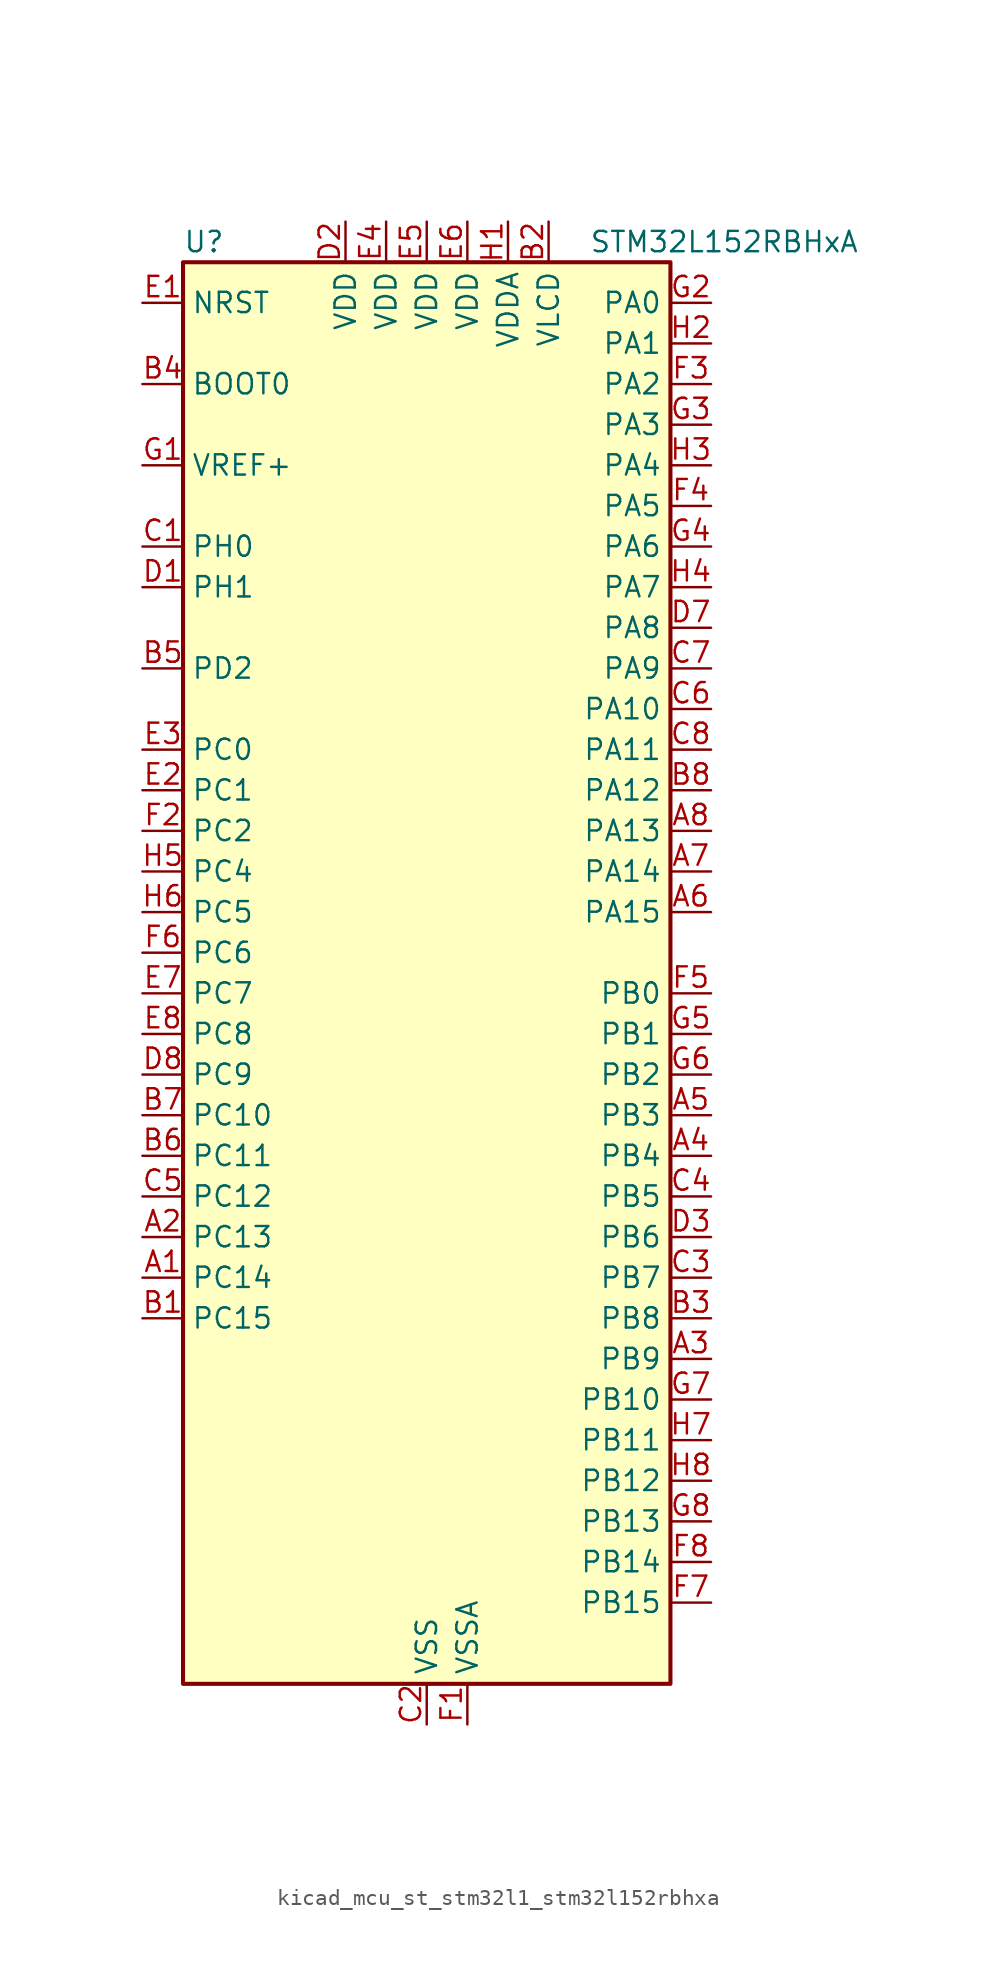
<source format=kicad_sym>
(kicad_symbol_lib
  (version 20220914)
  (generator kicad_symbol_editor)
  (symbol "kicad_mcu_st_stm32l1_stm32l152rbhxa"
    (property "Reference" "U"
      (at -15.24 46.99 0)
      (effects (font (size 1.27 1.27)) (justify left)))
    (property "Value" "STM32L152RBHxA"
      (at 10.16 46.99 0)
      (effects (font (size 1.27 1.27)) (justify left)))
    (property "ki_locked" ""
      (at 0 0 0)
      (effects (font (size 1.27 1.27))))
    (symbol "kicad_mcu_st_stm32l1_stm32l152rbhxa_0_1"
      (rectangle (start -15.24 -43.18) (end 15.24 45.72) (stroke (width 0.254) (type default)) (fill (type background))))
    (symbol "kicad_mcu_st_stm32l1_stm32l152rbhxa_1_1"
      (pin bidirectional line (at -17.78 -17.78 0) (length 2.54) (name "PC14" (effects (font (size 1.27 1.27)))) (number "A1" (effects (font (size 1.27 1.27)))) (alternate "RCC_OSC32_IN" bidirectional line) (alternate "TIMX_IC3" bidirectional line))
      (pin bidirectional line (at -17.78 -15.24 0) (length 2.54) (name "PC13" (effects (font (size 1.27 1.27)))) (number "A2" (effects (font (size 1.27 1.27)))) (alternate "RTC_OUT_ALARM" bidirectional line) (alternate "RTC_OUT_CALIB" bidirectional line) (alternate "RTC_TAMP1" bidirectional line) (alternate "RTC_TS" bidirectional line) (alternate "SYS_WKUP2" bidirectional line) (alternate "TIMX_IC2" bidirectional line))
      (pin bidirectional line (at 17.78 -22.86 180) (length 2.54) (name "PB9" (effects (font (size 1.27 1.27)))) (number "A3" (effects (font (size 1.27 1.27)))) (alternate "DAC_EXTI9" bidirectional line) (alternate "I2C1_SDA" bidirectional line) (alternate "LCD_COM3" bidirectional line) (alternate "TIM11_CH1" bidirectional line) (alternate "TIM4_CH4" bidirectional line))
      (pin bidirectional line (at 17.78 -10.16 180) (length 2.54) (name "PB4" (effects (font (size 1.27 1.27)))) (number "A4" (effects (font (size 1.27 1.27)))) (alternate "COMP2_INP" bidirectional line) (alternate "LCD_SEG8" bidirectional line) (alternate "SPI1_MISO" bidirectional line) (alternate "SYS_JTRST" bidirectional line) (alternate "TIM3_CH1" bidirectional line) (alternate "TS_G6_IO1" bidirectional line))
      (pin bidirectional line (at 17.78 -7.62 180) (length 2.54) (name "PB3" (effects (font (size 1.27 1.27)))) (number "A5" (effects (font (size 1.27 1.27)))) (alternate "COMP2_INM" bidirectional line) (alternate "LCD_SEG7" bidirectional line) (alternate "SPI1_SCK" bidirectional line) (alternate "SYS_JTDO-TRACESWO" bidirectional line) (alternate "TIM2_CH2" bidirectional line))
      (pin bidirectional line (at 17.78 5.08 180) (length 2.54) (name "PA15" (effects (font (size 1.27 1.27)))) (number "A6" (effects (font (size 1.27 1.27)))) (alternate "ADC_EXTI15" bidirectional line) (alternate "LCD_SEG17" bidirectional line) (alternate "SPI1_NSS" bidirectional line) (alternate "SYS_JTDI" bidirectional line) (alternate "TIM2_CH1" bidirectional line) (alternate "TIM2_ETR" bidirectional line) (alternate "TIMX_IC4" bidirectional line) (alternate "TS_G5_IO3" bidirectional line))
      (pin bidirectional line (at 17.78 7.62 180) (length 2.54) (name "PA14" (effects (font (size 1.27 1.27)))) (number "A7" (effects (font (size 1.27 1.27)))) (alternate "SYS_JTCK-SWCLK" bidirectional line) (alternate "TIMX_IC3" bidirectional line) (alternate "TS_G5_IO2" bidirectional line))
      (pin bidirectional line (at 17.78 10.16 180) (length 2.54) (name "PA13" (effects (font (size 1.27 1.27)))) (number "A8" (effects (font (size 1.27 1.27)))) (alternate "SYS_JTMS-SWDIO" bidirectional line) (alternate "TIMX_IC2" bidirectional line) (alternate "TS_G5_IO1" bidirectional line))
      (pin bidirectional line (at -17.78 -20.32 0) (length 2.54) (name "PC15" (effects (font (size 1.27 1.27)))) (number "B1" (effects (font (size 1.27 1.27)))) (alternate "ADC_EXTI15" bidirectional line) (alternate "RCC_OSC32_OUT" bidirectional line) (alternate "TIMX_IC4" bidirectional line))
      (pin power_in line (at 7.62 48.26 270) (length 2.54) (name "VLCD" (effects (font (size 1.27 1.27)))) (number "B2" (effects (font (size 1.27 1.27)))))
      (pin bidirectional line (at 17.78 -20.32 180) (length 2.54) (name "PB8" (effects (font (size 1.27 1.27)))) (number "B3" (effects (font (size 1.27 1.27)))) (alternate "I2C1_SCL" bidirectional line) (alternate "LCD_SEG16" bidirectional line) (alternate "TIM10_CH1" bidirectional line) (alternate "TIM4_CH3" bidirectional line))
      (pin input line (at -17.78 38.1 0) (length 2.54) (name "BOOT0" (effects (font (size 1.27 1.27)))) (number "B4" (effects (font (size 1.27 1.27)))))
      (pin bidirectional line (at -17.78 20.32 0) (length 2.54) (name "PD2" (effects (font (size 1.27 1.27)))) (number "B5" (effects (font (size 1.27 1.27)))) (alternate "LCD_COM7" bidirectional line) (alternate "LCD_SEG31" bidirectional line) (alternate "LCD_SEG43" bidirectional line) (alternate "TIM3_ETR" bidirectional line) (alternate "TIMX_IC3" bidirectional line))
      (pin bidirectional line (at -17.78 -10.16 0) (length 2.54) (name "PC11" (effects (font (size 1.27 1.27)))) (number "B6" (effects (font (size 1.27 1.27)))) (alternate "ADC_EXTI11" bidirectional line) (alternate "LCD_COM5" bidirectional line) (alternate "LCD_SEG29" bidirectional line) (alternate "LCD_SEG41" bidirectional line) (alternate "TIMX_IC4" bidirectional line) (alternate "USART3_RX" bidirectional line))
      (pin bidirectional line (at -17.78 -7.62 0) (length 2.54) (name "PC10" (effects (font (size 1.27 1.27)))) (number "B7" (effects (font (size 1.27 1.27)))) (alternate "LCD_COM4" bidirectional line) (alternate "LCD_SEG28" bidirectional line) (alternate "LCD_SEG40" bidirectional line) (alternate "TIMX_IC3" bidirectional line) (alternate "USART3_TX" bidirectional line))
      (pin bidirectional line (at 17.78 12.7 180) (length 2.54) (name "PA12" (effects (font (size 1.27 1.27)))) (number "B8" (effects (font (size 1.27 1.27)))) (alternate "SPI1_MOSI" bidirectional line) (alternate "TIMX_IC1" bidirectional line) (alternate "USART1_RTS" bidirectional line) (alternate "USB_DP" bidirectional line))
      (pin bidirectional line (at -17.78 27.94 0) (length 2.54) (name "PH0" (effects (font (size 1.27 1.27)))) (number "C1" (effects (font (size 1.27 1.27)))) (alternate "RCC_OSC_IN" bidirectional line))
      (pin power_in line (at 0 -45.72 90) (length 2.54) (name "VSS" (effects (font (size 1.27 1.27)))) (number "C2" (effects (font (size 1.27 1.27)))))
      (pin bidirectional line (at 17.78 -17.78 180) (length 2.54) (name "PB7" (effects (font (size 1.27 1.27)))) (number "C3" (effects (font (size 1.27 1.27)))) (alternate "I2C1_SDA" bidirectional line) (alternate "SYS_PVD_IN" bidirectional line) (alternate "TIM4_CH2" bidirectional line) (alternate "TS_G6_IO4" bidirectional line) (alternate "USART1_RX" bidirectional line))
      (pin bidirectional line (at 17.78 -12.7 180) (length 2.54) (name "PB5" (effects (font (size 1.27 1.27)))) (number "C4" (effects (font (size 1.27 1.27)))) (alternate "COMP2_INP" bidirectional line) (alternate "I2C1_SMBA" bidirectional line) (alternate "LCD_SEG9" bidirectional line) (alternate "SPI1_MOSI" bidirectional line) (alternate "TIM3_CH2" bidirectional line) (alternate "TS_G6_IO2" bidirectional line))
      (pin bidirectional line (at -17.78 -12.7 0) (length 2.54) (name "PC12" (effects (font (size 1.27 1.27)))) (number "C5" (effects (font (size 1.27 1.27)))) (alternate "LCD_COM6" bidirectional line) (alternate "LCD_SEG30" bidirectional line) (alternate "LCD_SEG42" bidirectional line) (alternate "TIMX_IC1" bidirectional line) (alternate "USART3_CK" bidirectional line))
      (pin bidirectional line (at 17.78 17.78 180) (length 2.54) (name "PA10" (effects (font (size 1.27 1.27)))) (number "C6" (effects (font (size 1.27 1.27)))) (alternate "LCD_COM2" bidirectional line) (alternate "TIMX_IC3" bidirectional line) (alternate "TS_G4_IO3" bidirectional line) (alternate "USART1_RX" bidirectional line))
      (pin bidirectional line (at 17.78 20.32 180) (length 2.54) (name "PA9" (effects (font (size 1.27 1.27)))) (number "C7" (effects (font (size 1.27 1.27)))) (alternate "DAC_EXTI9" bidirectional line) (alternate "LCD_COM1" bidirectional line) (alternate "TIMX_IC2" bidirectional line) (alternate "TS_G4_IO2" bidirectional line) (alternate "USART1_TX" bidirectional line))
      (pin bidirectional line (at 17.78 15.24 180) (length 2.54) (name "PA11" (effects (font (size 1.27 1.27)))) (number "C8" (effects (font (size 1.27 1.27)))) (alternate "ADC_EXTI11" bidirectional line) (alternate "SPI1_MISO" bidirectional line) (alternate "TIMX_IC4" bidirectional line) (alternate "USART1_CTS" bidirectional line) (alternate "USB_DM" bidirectional line))
      (pin bidirectional line (at -17.78 25.4 0) (length 2.54) (name "PH1" (effects (font (size 1.27 1.27)))) (number "D1" (effects (font (size 1.27 1.27)))) (alternate "RCC_OSC_OUT" bidirectional line))
      (pin power_in line (at -5.08 48.26 270) (length 2.54) (name "VDD" (effects (font (size 1.27 1.27)))) (number "D2" (effects (font (size 1.27 1.27)))))
      (pin bidirectional line (at 17.78 -15.24 180) (length 2.54) (name "PB6" (effects (font (size 1.27 1.27)))) (number "D3" (effects (font (size 1.27 1.27)))) (alternate "I2C1_SCL" bidirectional line) (alternate "TIM4_CH1" bidirectional line) (alternate "TS_G6_IO3" bidirectional line) (alternate "USART1_TX" bidirectional line))
      (pin passive line (at 0 -45.72 90) (length 2.54) hide (name "VSS" (effects (font (size 1.27 1.27)))) (number "D4" (effects (font (size 1.27 1.27)))))
      (pin passive line (at 0 -45.72 90) (length 2.54) hide (name "VSS" (effects (font (size 1.27 1.27)))) (number "D5" (effects (font (size 1.27 1.27)))))
      (pin passive line (at 0 -45.72 90) (length 2.54) hide (name "VSS" (effects (font (size 1.27 1.27)))) (number "D6" (effects (font (size 1.27 1.27)))))
      (pin bidirectional line (at 17.78 22.86 180) (length 2.54) (name "PA8" (effects (font (size 1.27 1.27)))) (number "D7" (effects (font (size 1.27 1.27)))) (alternate "LCD_COM0" bidirectional line) (alternate "RCC_MCO" bidirectional line) (alternate "TIMX_IC1" bidirectional line) (alternate "TS_G4_IO1" bidirectional line) (alternate "USART1_CK" bidirectional line))
      (pin bidirectional line (at -17.78 -5.08 0) (length 2.54) (name "PC9" (effects (font (size 1.27 1.27)))) (number "D8" (effects (font (size 1.27 1.27)))) (alternate "DAC_EXTI9" bidirectional line) (alternate "LCD_SEG27" bidirectional line) (alternate "TIM3_CH4" bidirectional line) (alternate "TIMX_IC2" bidirectional line) (alternate "TS_G10_IO4" bidirectional line))
      (pin input line (at -17.78 43.18 0) (length 2.54) (name "NRST" (effects (font (size 1.27 1.27)))) (number "E1" (effects (font (size 1.27 1.27)))))
      (pin bidirectional line (at -17.78 12.7 0) (length 2.54) (name "PC1" (effects (font (size 1.27 1.27)))) (number "E2" (effects (font (size 1.27 1.27)))) (alternate "ADC_IN11" bidirectional line) (alternate "COMP1_INP" bidirectional line) (alternate "LCD_SEG19" bidirectional line) (alternate "TIMX_IC2" bidirectional line) (alternate "TS_G8_IO2" bidirectional line))
      (pin bidirectional line (at -17.78 15.24 0) (length 2.54) (name "PC0" (effects (font (size 1.27 1.27)))) (number "E3" (effects (font (size 1.27 1.27)))) (alternate "ADC_IN10" bidirectional line) (alternate "COMP1_INP" bidirectional line) (alternate "LCD_SEG18" bidirectional line) (alternate "TIMX_IC1" bidirectional line) (alternate "TS_G8_IO1" bidirectional line))
      (pin power_in line (at -2.54 48.26 270) (length 2.54) (name "VDD" (effects (font (size 1.27 1.27)))) (number "E4" (effects (font (size 1.27 1.27)))))
      (pin power_in line (at 0 48.26 270) (length 2.54) (name "VDD" (effects (font (size 1.27 1.27)))) (number "E5" (effects (font (size 1.27 1.27)))))
      (pin power_in line (at 2.54 48.26 270) (length 2.54) (name "VDD" (effects (font (size 1.27 1.27)))) (number "E6" (effects (font (size 1.27 1.27)))))
      (pin bidirectional line (at -17.78 0 0) (length 2.54) (name "PC7" (effects (font (size 1.27 1.27)))) (number "E7" (effects (font (size 1.27 1.27)))) (alternate "LCD_SEG25" bidirectional line) (alternate "TIM3_CH2" bidirectional line) (alternate "TIMX_IC4" bidirectional line) (alternate "TS_G10_IO2" bidirectional line))
      (pin bidirectional line (at -17.78 -2.54 0) (length 2.54) (name "PC8" (effects (font (size 1.27 1.27)))) (number "E8" (effects (font (size 1.27 1.27)))) (alternate "LCD_SEG26" bidirectional line) (alternate "TIM3_CH3" bidirectional line) (alternate "TIMX_IC1" bidirectional line) (alternate "TS_G10_IO3" bidirectional line))
      (pin power_in line (at 2.54 -45.72 90) (length 2.54) (name "VSSA" (effects (font (size 1.27 1.27)))) (number "F1" (effects (font (size 1.27 1.27)))))
      (pin bidirectional line (at -17.78 10.16 0) (length 2.54) (name "PC2" (effects (font (size 1.27 1.27)))) (number "F2" (effects (font (size 1.27 1.27)))) (alternate "ADC_IN12" bidirectional line) (alternate "COMP1_INP" bidirectional line) (alternate "LCD_SEG20" bidirectional line) (alternate "TIMX_IC3" bidirectional line) (alternate "TS_G8_IO3" bidirectional line))
      (pin bidirectional line (at 17.78 38.1 180) (length 2.54) (name "PA2" (effects (font (size 1.27 1.27)))) (number "F3" (effects (font (size 1.27 1.27)))) (alternate "ADC_IN2" bidirectional line) (alternate "COMP1_INP" bidirectional line) (alternate "LCD_SEG1" bidirectional line) (alternate "TIM2_CH3" bidirectional line) (alternate "TIM9_CH1" bidirectional line) (alternate "TIMX_IC3" bidirectional line) (alternate "TS_G1_IO3" bidirectional line) (alternate "USART2_TX" bidirectional line))
      (pin bidirectional line (at 17.78 30.48 180) (length 2.54) (name "PA5" (effects (font (size 1.27 1.27)))) (number "F4" (effects (font (size 1.27 1.27)))) (alternate "ADC_IN5" bidirectional line) (alternate "COMP1_INP" bidirectional line) (alternate "DAC_OUT2" bidirectional line) (alternate "SPI1_SCK" bidirectional line) (alternate "TIM2_CH1" bidirectional line) (alternate "TIM2_ETR" bidirectional line) (alternate "TIMX_IC2" bidirectional line))
      (pin bidirectional line (at 17.78 0 180) (length 2.54) (name "PB0" (effects (font (size 1.27 1.27)))) (number "F5" (effects (font (size 1.27 1.27)))) (alternate "ADC_IN8" bidirectional line) (alternate "COMP1_INP" bidirectional line) (alternate "LCD_SEG5" bidirectional line) (alternate "SYS_V_REF_OUT" bidirectional line) (alternate "TIM3_CH3" bidirectional line) (alternate "TS_G3_IO1" bidirectional line))
      (pin bidirectional line (at -17.78 2.54 0) (length 2.54) (name "PC6" (effects (font (size 1.27 1.27)))) (number "F6" (effects (font (size 1.27 1.27)))) (alternate "LCD_SEG24" bidirectional line) (alternate "TIM3_CH1" bidirectional line) (alternate "TIMX_IC3" bidirectional line) (alternate "TS_G10_IO1" bidirectional line))
      (pin bidirectional line (at 17.78 -38.1 180) (length 2.54) (name "PB15" (effects (font (size 1.27 1.27)))) (number "F7" (effects (font (size 1.27 1.27)))) (alternate "ADC_EXTI15" bidirectional line) (alternate "ADC_IN21" bidirectional line) (alternate "COMP1_INP" bidirectional line) (alternate "LCD_SEG15" bidirectional line) (alternate "RTC_REFIN" bidirectional line) (alternate "SPI2_MOSI" bidirectional line) (alternate "TIM11_CH1" bidirectional line) (alternate "TS_G7_IO4" bidirectional line))
      (pin bidirectional line (at 17.78 -35.56 180) (length 2.54) (name "PB14" (effects (font (size 1.27 1.27)))) (number "F8" (effects (font (size 1.27 1.27)))) (alternate "ADC_IN20" bidirectional line) (alternate "COMP1_INP" bidirectional line) (alternate "LCD_SEG14" bidirectional line) (alternate "SPI2_MISO" bidirectional line) (alternate "TIM9_CH2" bidirectional line) (alternate "TS_G7_IO3" bidirectional line) (alternate "USART3_RTS" bidirectional line))
      (pin input line (at -17.78 33.02 0) (length 2.54) (name "VREF+" (effects (font (size 1.27 1.27)))) (number "G1" (effects (font (size 1.27 1.27)))))
      (pin bidirectional line (at 17.78 43.18 180) (length 2.54) (name "PA0" (effects (font (size 1.27 1.27)))) (number "G2" (effects (font (size 1.27 1.27)))) (alternate "ADC_IN0" bidirectional line) (alternate "COMP1_INP" bidirectional line) (alternate "RTC_TAMP2" bidirectional line) (alternate "SYS_WKUP1" bidirectional line) (alternate "TIM2_CH1" bidirectional line) (alternate "TIM2_ETR" bidirectional line) (alternate "TIMX_IC1" bidirectional line) (alternate "TS_G1_IO1" bidirectional line) (alternate "USART2_CTS" bidirectional line))
      (pin bidirectional line (at 17.78 35.56 180) (length 2.54) (name "PA3" (effects (font (size 1.27 1.27)))) (number "G3" (effects (font (size 1.27 1.27)))) (alternate "ADC_IN3" bidirectional line) (alternate "COMP1_INP" bidirectional line) (alternate "LCD_SEG2" bidirectional line) (alternate "TIM2_CH4" bidirectional line) (alternate "TIM9_CH2" bidirectional line) (alternate "TIMX_IC4" bidirectional line) (alternate "TS_G1_IO4" bidirectional line) (alternate "USART2_RX" bidirectional line))
      (pin bidirectional line (at 17.78 27.94 180) (length 2.54) (name "PA6" (effects (font (size 1.27 1.27)))) (number "G4" (effects (font (size 1.27 1.27)))) (alternate "ADC_IN6" bidirectional line) (alternate "COMP1_INP" bidirectional line) (alternate "LCD_SEG3" bidirectional line) (alternate "SPI1_MISO" bidirectional line) (alternate "TIM10_CH1" bidirectional line) (alternate "TIM3_CH1" bidirectional line) (alternate "TIMX_IC3" bidirectional line) (alternate "TS_G2_IO1" bidirectional line))
      (pin bidirectional line (at 17.78 -2.54 180) (length 2.54) (name "PB1" (effects (font (size 1.27 1.27)))) (number "G5" (effects (font (size 1.27 1.27)))) (alternate "ADC_IN9" bidirectional line) (alternate "COMP1_INP" bidirectional line) (alternate "LCD_SEG6" bidirectional line) (alternate "SYS_V_REF_OUT" bidirectional line) (alternate "TIM3_CH4" bidirectional line) (alternate "TS_G3_IO2" bidirectional line))
      (pin bidirectional line (at 17.78 -5.08 180) (length 2.54) (name "PB2" (effects (font (size 1.27 1.27)))) (number "G6" (effects (font (size 1.27 1.27)))) (alternate "TS_G3_IO3" bidirectional line))
      (pin bidirectional line (at 17.78 -25.4 180) (length 2.54) (name "PB10" (effects (font (size 1.27 1.27)))) (number "G7" (effects (font (size 1.27 1.27)))) (alternate "I2C2_SCL" bidirectional line) (alternate "LCD_SEG10" bidirectional line) (alternate "TIM2_CH3" bidirectional line) (alternate "USART3_TX" bidirectional line))
      (pin bidirectional line (at 17.78 -33.02 180) (length 2.54) (name "PB13" (effects (font (size 1.27 1.27)))) (number "G8" (effects (font (size 1.27 1.27)))) (alternate "ADC_IN19" bidirectional line) (alternate "COMP1_INP" bidirectional line) (alternate "LCD_SEG13" bidirectional line) (alternate "SPI2_SCK" bidirectional line) (alternate "TIM9_CH1" bidirectional line) (alternate "TS_G7_IO2" bidirectional line) (alternate "USART3_CTS" bidirectional line))
      (pin power_in line (at 5.08 48.26 270) (length 2.54) (name "VDDA" (effects (font (size 1.27 1.27)))) (number "H1" (effects (font (size 1.27 1.27)))))
      (pin bidirectional line (at 17.78 40.64 180) (length 2.54) (name "PA1" (effects (font (size 1.27 1.27)))) (number "H2" (effects (font (size 1.27 1.27)))) (alternate "ADC_IN1" bidirectional line) (alternate "COMP1_INP" bidirectional line) (alternate "LCD_SEG0" bidirectional line) (alternate "TIM2_CH2" bidirectional line) (alternate "TIMX_IC2" bidirectional line) (alternate "TS_G1_IO2" bidirectional line) (alternate "USART2_RTS" bidirectional line))
      (pin bidirectional line (at 17.78 33.02 180) (length 2.54) (name "PA4" (effects (font (size 1.27 1.27)))) (number "H3" (effects (font (size 1.27 1.27)))) (alternate "ADC_IN4" bidirectional line) (alternate "COMP1_INP" bidirectional line) (alternate "DAC_OUT1" bidirectional line) (alternate "SPI1_NSS" bidirectional line) (alternate "TIMX_IC1" bidirectional line) (alternate "USART2_CK" bidirectional line))
      (pin bidirectional line (at 17.78 25.4 180) (length 2.54) (name "PA7" (effects (font (size 1.27 1.27)))) (number "H4" (effects (font (size 1.27 1.27)))) (alternate "ADC_IN7" bidirectional line) (alternate "COMP1_INP" bidirectional line) (alternate "LCD_SEG4" bidirectional line) (alternate "SPI1_MOSI" bidirectional line) (alternate "TIM11_CH1" bidirectional line) (alternate "TIM3_CH2" bidirectional line) (alternate "TIMX_IC4" bidirectional line) (alternate "TS_G2_IO2" bidirectional line))
      (pin bidirectional line (at -17.78 7.62 0) (length 2.54) (name "PC4" (effects (font (size 1.27 1.27)))) (number "H5" (effects (font (size 1.27 1.27)))) (alternate "ADC_IN14" bidirectional line) (alternate "COMP1_INP" bidirectional line) (alternate "LCD_SEG22" bidirectional line) (alternate "TIMX_IC1" bidirectional line) (alternate "TS_G9_IO1" bidirectional line))
      (pin bidirectional line (at -17.78 5.08 0) (length 2.54) (name "PC5" (effects (font (size 1.27 1.27)))) (number "H6" (effects (font (size 1.27 1.27)))) (alternate "ADC_IN15" bidirectional line) (alternate "COMP1_INP" bidirectional line) (alternate "LCD_SEG23" bidirectional line) (alternate "TIMX_IC2" bidirectional line) (alternate "TS_G9_IO2" bidirectional line))
      (pin bidirectional line (at 17.78 -27.94 180) (length 2.54) (name "PB11" (effects (font (size 1.27 1.27)))) (number "H7" (effects (font (size 1.27 1.27)))) (alternate "ADC_EXTI11" bidirectional line) (alternate "I2C2_SDA" bidirectional line) (alternate "LCD_SEG11" bidirectional line) (alternate "TIM2_CH4" bidirectional line) (alternate "USART3_RX" bidirectional line))
      (pin bidirectional line (at 17.78 -30.48 180) (length 2.54) (name "PB12" (effects (font (size 1.27 1.27)))) (number "H8" (effects (font (size 1.27 1.27)))) (alternate "ADC_IN18" bidirectional line) (alternate "COMP1_INP" bidirectional line) (alternate "I2C2_SMBA" bidirectional line) (alternate "LCD_SEG12" bidirectional line) (alternate "SPI2_NSS" bidirectional line) (alternate "TIM10_CH1" bidirectional line) (alternate "TS_G7_IO1" bidirectional line) (alternate "USART3_CK" bidirectional line)))))
</source>
